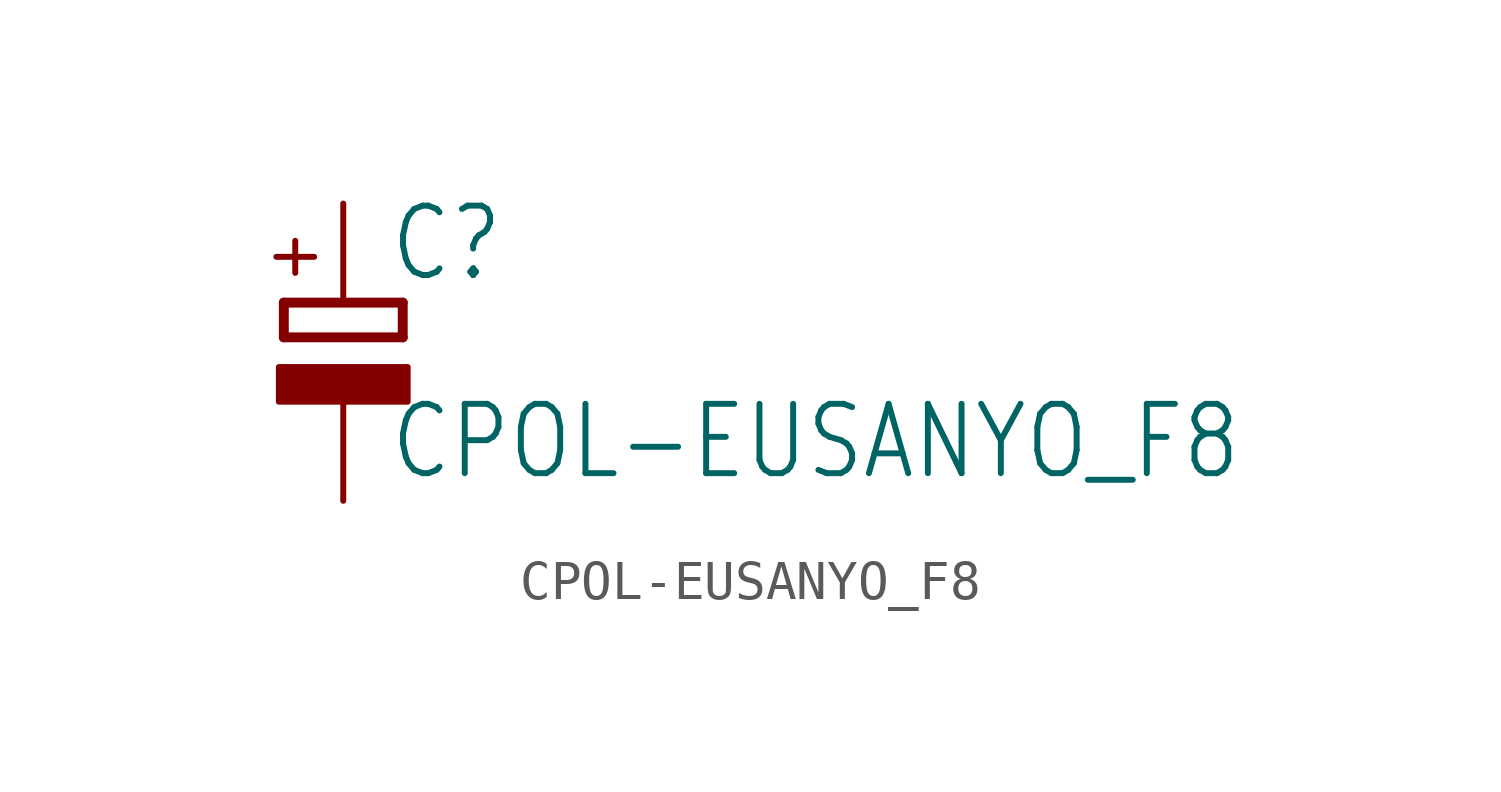
<source format=kicad_sym>
(kicad_symbol_lib
  (version 20211014)
  (generator kicad_symbol_editor)
  (symbol "CPOL-EUSANYO_F8"
    (property "Reference" "C"
      (at 1.143 0.483 0)
      (effects (font (size 1.778 1.511)) (justify left bottom)))
    (property "Value" "CPOL-EUSANYO_F8"
      (at 1.143 -4.597 0)
      (effects (font (size 1.778 1.511)) (justify left bottom)))
    (property "ki_locked" ""
      (at 0 0 0)
      (effects (font (size 1.27 1.27))))
    (symbol "CPOL-EUSANYO_F8_1_0"
      (rectangle (start -1.651 -2.54) (end 1.651 -1.651) (stroke (width 0) (type default) (color 0 0 0 0)) (fill (type outline)))
      (polyline (pts (xy -1.524 -0.889) (xy 1.524 -0.889)) (stroke (width 0.254) (type default) (color 0 0 0 0)) (fill (type none)))
      (polyline (pts (xy -1.524 0) (xy -1.524 -0.889)) (stroke (width 0.254) (type default) (color 0 0 0 0)) (fill (type none)))
      (polyline (pts (xy -1.524 0) (xy 1.524 0)) (stroke (width 0.254) (type default) (color 0 0 0 0)) (fill (type none)))
      (polyline (pts (xy 1.524 -0.889) (xy 1.524 0)) (stroke (width 0.254) (type default) (color 0 0 0 0)) (fill (type none)))
      (text "+" (at -0.584 0.406 900) (effects (font (size 1.27 1.079)) (justify left bottom)))
      (pin passive line (at 0 2.54 270) (length 2.54) (name "+" (effects (font (size 0 0)))) (number "+" (effects (font (size 0 0)))))
      (pin passive line (at 0 -5.08 90) (length 2.54) (name "-" (effects (font (size 0 0)))) (number "-" (effects (font (size 0 0))))))))
</source>
